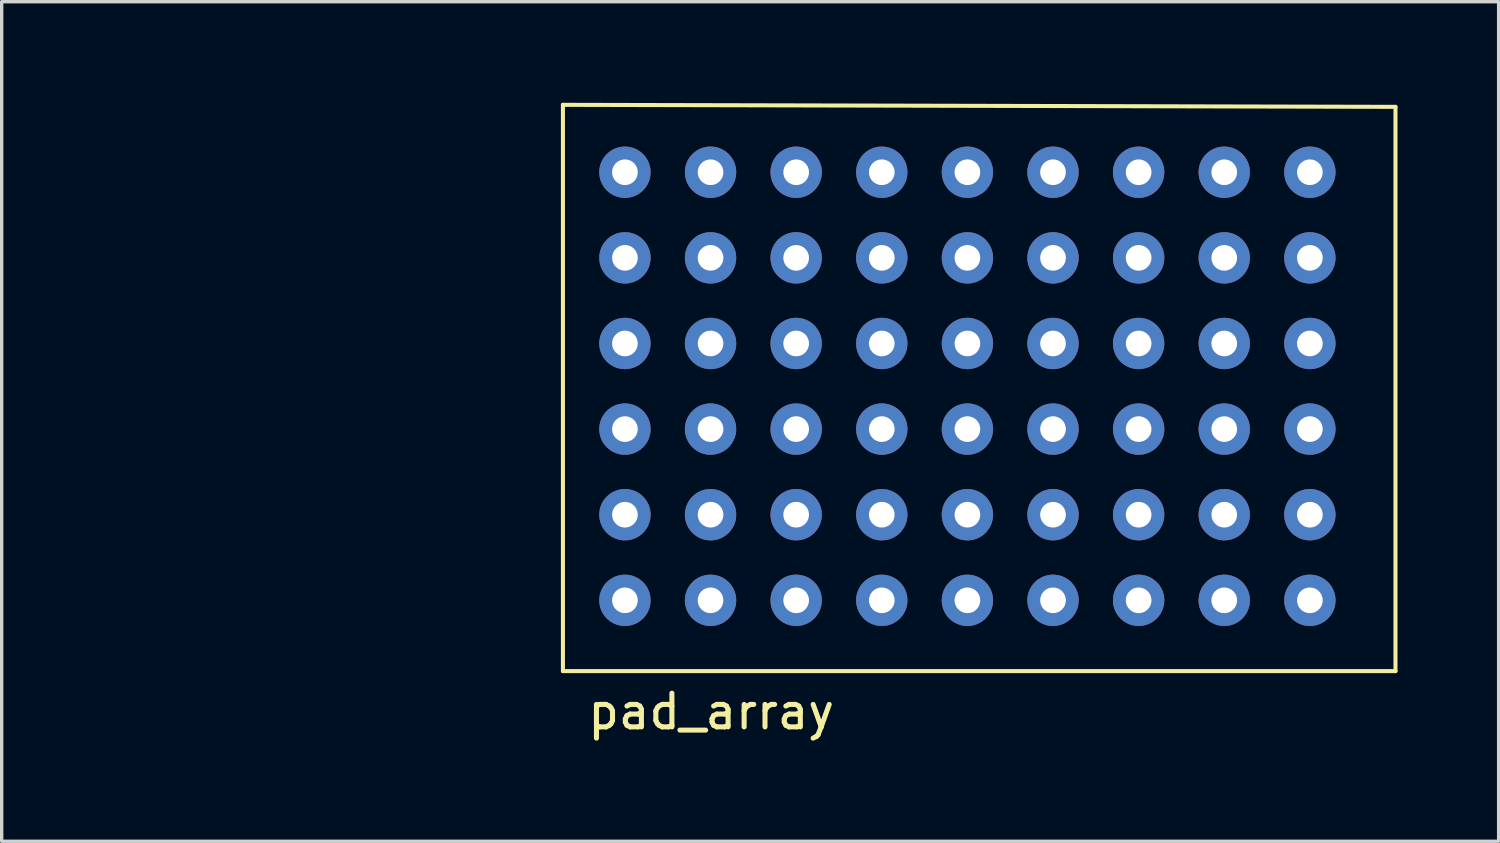
<source format=kicad_pcb>
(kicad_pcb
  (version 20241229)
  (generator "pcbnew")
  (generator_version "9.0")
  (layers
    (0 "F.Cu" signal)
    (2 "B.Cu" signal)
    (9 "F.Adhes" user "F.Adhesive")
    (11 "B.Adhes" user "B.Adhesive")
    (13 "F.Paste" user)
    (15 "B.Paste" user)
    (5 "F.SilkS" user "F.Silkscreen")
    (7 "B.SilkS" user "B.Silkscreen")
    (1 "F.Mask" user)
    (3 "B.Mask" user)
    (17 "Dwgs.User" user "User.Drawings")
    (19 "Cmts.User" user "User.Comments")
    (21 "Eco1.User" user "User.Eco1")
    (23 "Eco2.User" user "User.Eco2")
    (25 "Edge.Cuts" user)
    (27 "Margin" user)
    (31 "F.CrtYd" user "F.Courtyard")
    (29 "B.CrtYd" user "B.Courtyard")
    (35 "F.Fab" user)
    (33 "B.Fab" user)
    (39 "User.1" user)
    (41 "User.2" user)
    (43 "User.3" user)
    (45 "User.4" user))
  (footprint "pad_array"
    (layer "F.Cu")
    (at 0.25 2.66)
    (property "Reference" "pad_array" (at 17.8 15.4 0) (layer "F.SilkS") (effects (font (size 1 1) (thickness 0.15))))
    (attr through_hole)
    (fp_line (start 13.4 -2.6) (end 13.4 14.2) (stroke (width 0.12) (type solid)) (layer "F.SilkS"))
    (fp_line (start 13.4 14.2) (end 38.1 14.2) (stroke (width 0.12) (type solid)) (layer "F.SilkS"))
    (fp_line (start 38.1 -2.54) (end 13.4 -2.6) (stroke (width 0.12) (type solid)) (layer "F.SilkS"))
    (fp_line (start 38.1 14.2) (end 38.1 -2.54) (stroke (width 0.12) (type solid)) (layer "F.SilkS"))
    (pad "7" thru_hole circle (at 15.24 -0.6) (size 1.524 1.524) (drill 0.762) (layers "*.Cu" "*.Mask"))
    (pad "7" thru_hole circle (at 15.24 1.94) (size 1.524 1.524) (drill 0.762) (layers "*.Cu" "*.Mask"))
    (pad "7" thru_hole circle (at 15.24 4.48) (size 1.524 1.524) (drill 0.762) (layers "*.Cu" "*.Mask"))
    (pad "7" thru_hole circle (at 15.24 7.02) (size 1.524 1.524) (drill 0.762) (layers "*.Cu" "*.Mask"))
    (pad "7" thru_hole circle (at 15.24 9.56) (size 1.524 1.524) (drill 0.762) (layers "*.Cu" "*.Mask"))
    (pad "7" thru_hole circle (at 15.24 12.1) (size 1.524 1.524) (drill 0.762) (layers "*.Cu" "*.Mask"))
    (pad "8" thru_hole circle (at 17.78 -0.6) (size 1.524 1.524) (drill 0.762) (layers "*.Cu" "*.Mask"))
    (pad "8" thru_hole circle (at 17.78 1.94) (size 1.524 1.524) (drill 0.762) (layers "*.Cu" "*.Mask"))
    (pad "8" thru_hole circle (at 17.78 4.48) (size 1.524 1.524) (drill 0.762) (layers "*.Cu" "*.Mask"))
    (pad "8" thru_hole circle (at 17.78 7.02) (size 1.524 1.524) (drill 0.762) (layers "*.Cu" "*.Mask"))
    (pad "8" thru_hole circle (at 17.78 9.56) (size 1.524 1.524) (drill 0.762) (layers "*.Cu" "*.Mask"))
    (pad "8" thru_hole circle (at 17.78 12.1) (size 1.524 1.524) (drill 0.762) (layers "*.Cu" "*.Mask"))
    (pad "9" thru_hole circle (at 20.32 -0.6) (size 1.524 1.524) (drill 0.762) (layers "*.Cu" "*.Mask"))
    (pad "9" thru_hole circle (at 20.32 1.94) (size 1.524 1.524) (drill 0.762) (layers "*.Cu" "*.Mask"))
    (pad "9" thru_hole circle (at 20.32 4.48) (size 1.524 1.524) (drill 0.762) (layers "*.Cu" "*.Mask"))
    (pad "9" thru_hole circle (at 20.32 7.02) (size 1.524 1.524) (drill 0.762) (layers "*.Cu" "*.Mask"))
    (pad "9" thru_hole circle (at 20.32 9.56) (size 1.524 1.524) (drill 0.762) (layers "*.Cu" "*.Mask"))
    (pad "9" thru_hole circle (at 20.32 12.1) (size 1.524 1.524) (drill 0.762) (layers "*.Cu" "*.Mask"))
    (pad "10" thru_hole circle (at 22.86 -0.6) (size 1.524 1.524) (drill 0.762) (layers "*.Cu" "*.Mask"))
    (pad "10" thru_hole circle (at 22.86 1.94) (size 1.524 1.524) (drill 0.762) (layers "*.Cu" "*.Mask"))
    (pad "10" thru_hole circle (at 22.86 4.48) (size 1.524 1.524) (drill 0.762) (layers "*.Cu" "*.Mask"))
    (pad "10" thru_hole circle (at 22.86 7.02) (size 1.524 1.524) (drill 0.762) (layers "*.Cu" "*.Mask"))
    (pad "10" thru_hole circle (at 22.86 9.56) (size 1.524 1.524) (drill 0.762) (layers "*.Cu" "*.Mask"))
    (pad "10" thru_hole circle (at 22.86 12.1) (size 1.524 1.524) (drill 0.762) (layers "*.Cu" "*.Mask"))
    (pad "11" thru_hole circle (at 25.4 -0.6) (size 1.524 1.524) (drill 0.762) (layers "*.Cu" "*.Mask"))
    (pad "11" thru_hole circle (at 25.4 1.94) (size 1.524 1.524) (drill 0.762) (layers "*.Cu" "*.Mask"))
    (pad "11" thru_hole circle (at 25.4 4.48) (size 1.524 1.524) (drill 0.762) (layers "*.Cu" "*.Mask"))
    (pad "11" thru_hole circle (at 25.4 7.02) (size 1.524 1.524) (drill 0.762) (layers "*.Cu" "*.Mask"))
    (pad "11" thru_hole circle (at 25.4 9.56) (size 1.524 1.524) (drill 0.762) (layers "*.Cu" "*.Mask"))
    (pad "11" thru_hole circle (at 25.4 12.1) (size 1.524 1.524) (drill 0.762) (layers "*.Cu" "*.Mask"))
    (pad "12" thru_hole circle (at 27.94 -0.6) (size 1.524 1.524) (drill 0.762) (layers "*.Cu" "*.Mask"))
    (pad "12" thru_hole circle (at 27.94 1.94) (size 1.524 1.524) (drill 0.762) (layers "*.Cu" "*.Mask"))
    (pad "12" thru_hole circle (at 27.94 4.48) (size 1.524 1.524) (drill 0.762) (layers "*.Cu" "*.Mask"))
    (pad "12" thru_hole circle (at 27.94 7.02) (size 1.524 1.524) (drill 0.762) (layers "*.Cu" "*.Mask"))
    (pad "12" thru_hole circle (at 27.94 9.56) (size 1.524 1.524) (drill 0.762) (layers "*.Cu" "*.Mask"))
    (pad "12" thru_hole circle (at 27.94 12.1) (size 1.524 1.524) (drill 0.762) (layers "*.Cu" "*.Mask"))
    (pad "13" thru_hole circle (at 30.48 -0.6) (size 1.524 1.524) (drill 0.762) (layers "*.Cu" "*.Mask"))
    (pad "13" thru_hole circle (at 30.48 1.94) (size 1.524 1.524) (drill 0.762) (layers "*.Cu" "*.Mask"))
    (pad "13" thru_hole circle (at 30.48 4.48) (size 1.524 1.524) (drill 0.762) (layers "*.Cu" "*.Mask"))
    (pad "13" thru_hole circle (at 30.48 7.02) (size 1.524 1.524) (drill 0.762) (layers "*.Cu" "*.Mask"))
    (pad "13" thru_hole circle (at 30.48 9.56) (size 1.524 1.524) (drill 0.762) (layers "*.Cu" "*.Mask"))
    (pad "13" thru_hole circle (at 30.48 12.1) (size 1.524 1.524) (drill 0.762) (layers "*.Cu" "*.Mask"))
    (pad "14" thru_hole circle (at 33.02 -0.6) (size 1.524 1.524) (drill 0.762) (layers "*.Cu" "*.Mask"))
    (pad "14" thru_hole circle (at 33.02 1.94) (size 1.524 1.524) (drill 0.762) (layers "*.Cu" "*.Mask"))
    (pad "14" thru_hole circle (at 33.02 4.48) (size 1.524 1.524) (drill 0.762) (layers "*.Cu" "*.Mask"))
    (pad "14" thru_hole circle (at 33.02 7.02) (size 1.524 1.524) (drill 0.762) (layers "*.Cu" "*.Mask"))
    (pad "14" thru_hole circle (at 33.02 9.56) (size 1.524 1.524) (drill 0.762) (layers "*.Cu" "*.Mask"))
    (pad "14" thru_hole circle (at 33.02 12.1) (size 1.524 1.524) (drill 0.762) (layers "*.Cu" "*.Mask"))
    (pad "15" thru_hole circle (at 35.56 -0.6) (size 1.524 1.524) (drill 0.762) (layers "*.Cu" "*.Mask"))
    (pad "15" thru_hole circle (at 35.56 1.94) (size 1.524 1.524) (drill 0.762) (layers "*.Cu" "*.Mask"))
    (pad "15" thru_hole circle (at 35.56 4.48) (size 1.524 1.524) (drill 0.762) (layers "*.Cu" "*.Mask"))
    (pad "15" thru_hole circle (at 35.56 7.02) (size 1.524 1.524) (drill 0.762) (layers "*.Cu" "*.Mask"))
    (pad "15" thru_hole circle (at 35.56 9.56) (size 1.524 1.524) (drill 0.762) (layers "*.Cu" "*.Mask"))
    (pad "15" thru_hole circle (at 35.56 12.1) (size 1.524 1.524) (drill 0.762) (layers "*.Cu" "*.Mask")))
  (gr_rect
    (start -3 -3)
    (end 41.41 21.908)
    (stroke (width 0.1) (type default))
    (fill no)
    (layer "Edge.Cuts")))
</source>
